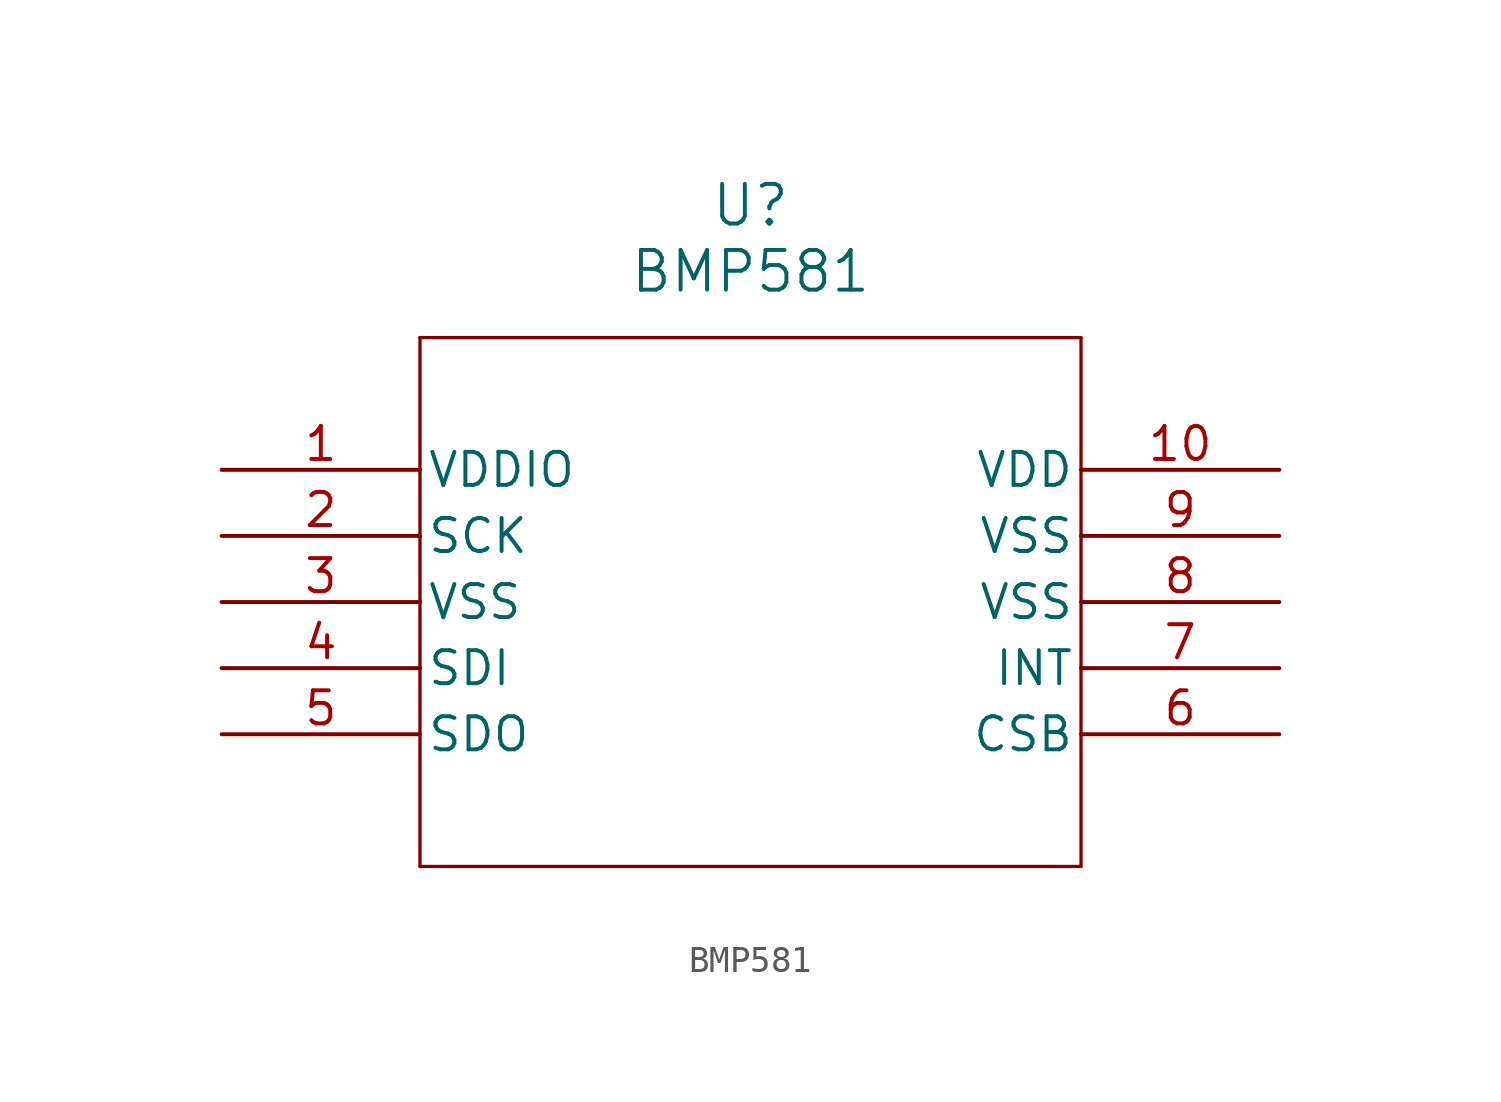
<source format=kicad_sym>
(kicad_symbol_lib
  (version 20231120)
  (generator "kicad_symbol_editor")
  (generator_version "8.0")
  (symbol "BMP581"
    (pin_names
      (offset 0.254))
    (property "Reference" "U"
      (at 20.32 10.16 0)
      (effects (font (size 1.524 1.524))))
    (property "Value" "BMP581"
      (at 20.32 7.62 0)
      (effects (font (size 1.524 1.524))))
    (property "ki_locked" ""
      (at 0 0 0)
      (effects (font (size 1.27 1.27))))
    (symbol "BMP581_0_1"
      (polyline (pts (xy 7.62 -15.24) (xy 33.02 -15.24)) (stroke (width 0.127) (type default)) (fill (type none)))
      (polyline (pts (xy 7.62 5.08) (xy 7.62 -15.24)) (stroke (width 0.127) (type default)) (fill (type none)))
      (polyline (pts (xy 33.02 -15.24) (xy 33.02 5.08)) (stroke (width 0.127) (type default)) (fill (type none)))
      (polyline (pts (xy 33.02 5.08) (xy 7.62 5.08)) (stroke (width 0.127) (type default)) (fill (type none)))
      (pin power_in line (at 0 0 0) (length 7.62) (name "VDDIO" (effects (font (size 1.27 1.27)))) (number "1" (effects (font (size 1.27 1.27)))))
      (pin power_in line (at 40.64 0 180) (length 7.62) (name "VDD" (effects (font (size 1.27 1.27)))) (number "10" (effects (font (size 1.27 1.27)))))
      (pin input line (at 40.64 -7.62 180) (length 7.62) (name "INT" (effects (font (size 1.27 1.27)))) (number "7" (effects (font (size 1.27 1.27))))))
    (symbol "BMP581_1_1"
      (pin input line (at 0 -2.54 0) (length 7.62) (name "SCK" (effects (font (size 1.27 1.27)))) (number "2" (effects (font (size 1.27 1.27)))))
      (pin power_in line (at 0 -5.08 0) (length 7.62) (name "VSS" (effects (font (size 1.27 1.27)))) (number "3" (effects (font (size 1.27 1.27)))))
      (pin input line (at 0 -7.62 0) (length 7.62) (name "SDI" (effects (font (size 1.27 1.27)))) (number "4" (effects (font (size 1.27 1.27)))))
      (pin output line (at 0 -10.16 0) (length 7.62) (name "SDO" (effects (font (size 1.27 1.27)))) (number "5" (effects (font (size 1.27 1.27)))))
      (pin input line (at 40.64 -10.16 180) (length 7.62) (name "CSB" (effects (font (size 1.27 1.27)))) (number "6" (effects (font (size 1.27 1.27)))))
      (pin power_in line (at 40.64 -5.08 180) (length 7.62) (name "VSS" (effects (font (size 1.27 1.27)))) (number "8" (effects (font (size 1.27 1.27)))))
      (pin power_in line (at 40.64 -2.54 180) (length 7.62) (name "VSS" (effects (font (size 1.27 1.27)))) (number "9" (effects (font (size 1.27 1.27))))))))
</source>
